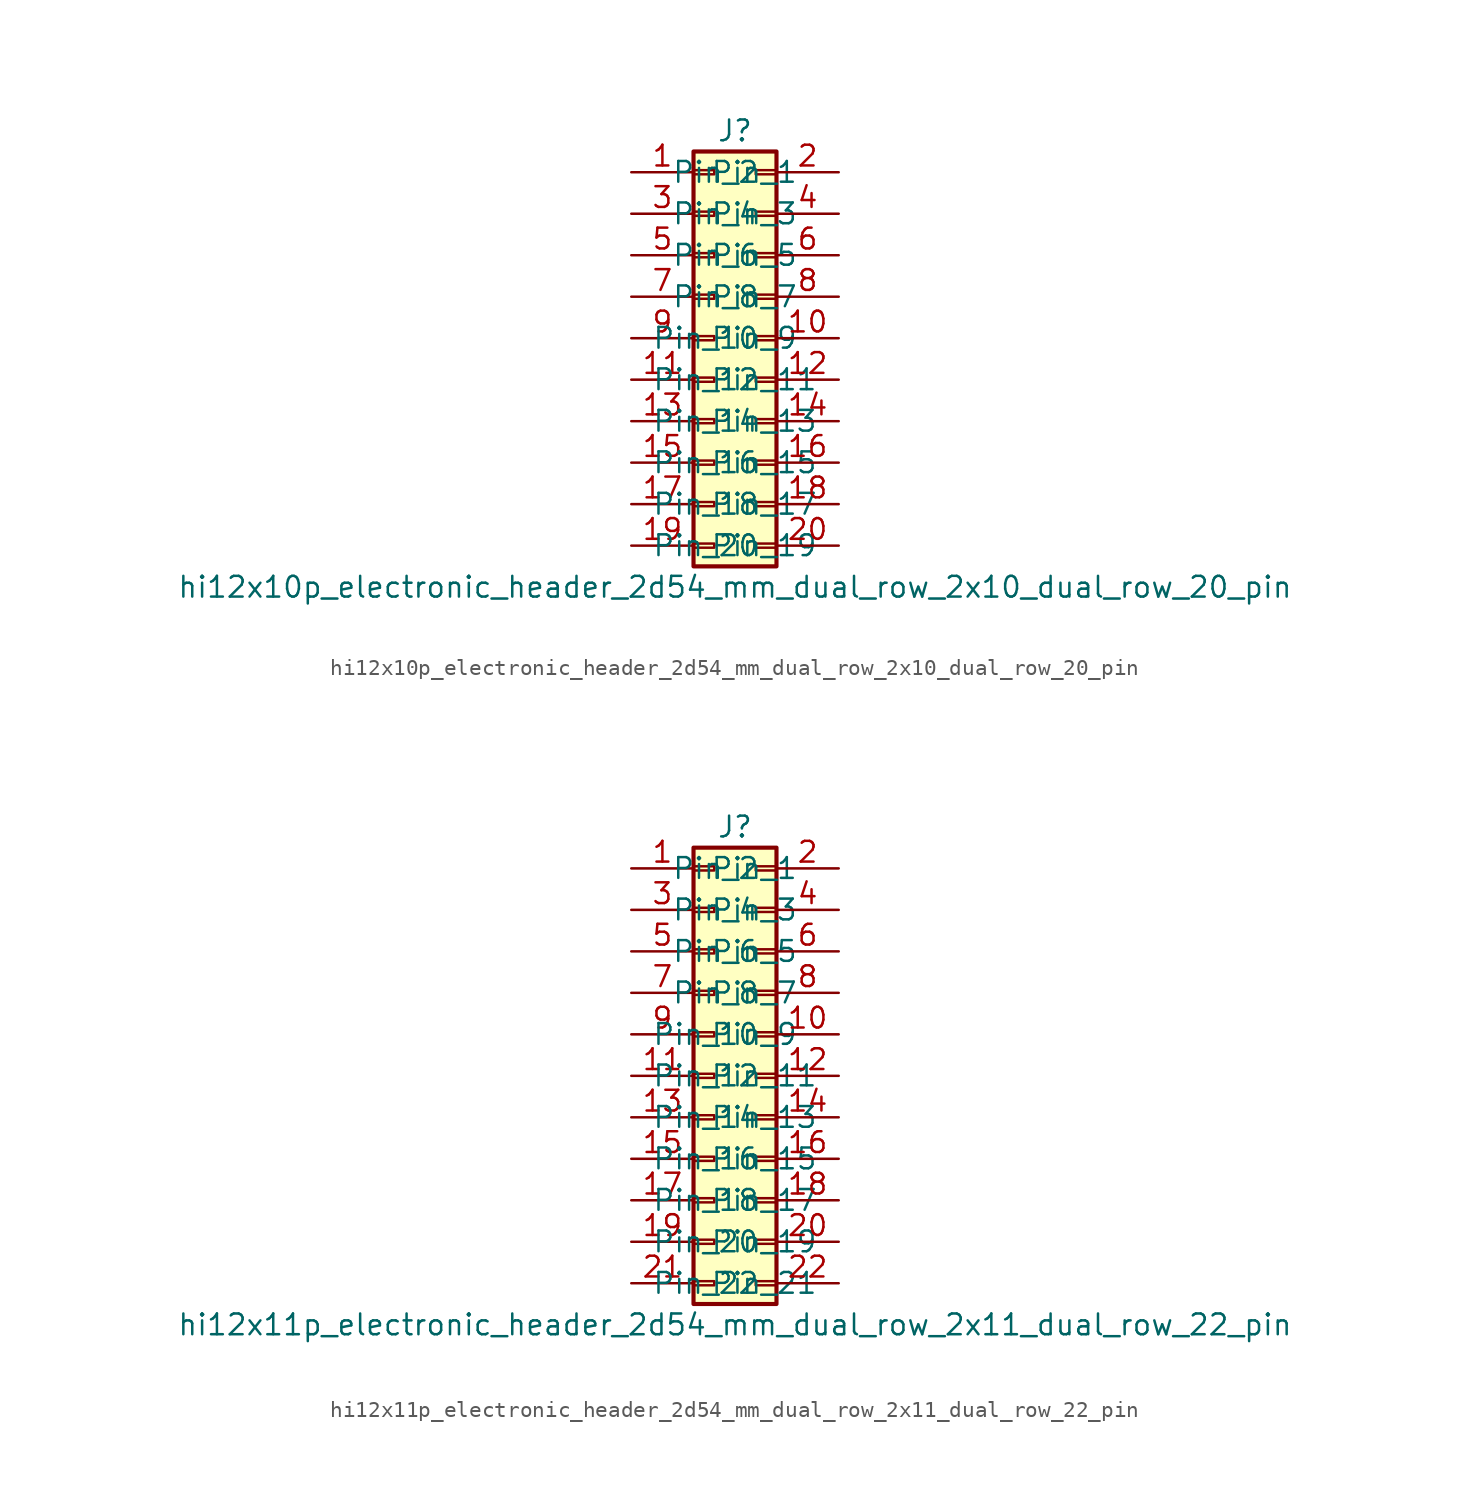
<source format=kicad_sym>
(kicad_symbol_lib
  (version 20220914)
  (generator kicad_symbol_editor)
  (symbol "hi12x10p_electronic_header_2d54_mm_dual_row_2x10_dual_row_20_pin"
    (pin_names
      (offset 1.016))
    (property "Reference" "J"
      (at 1.27 12.7 0)
      (effects (font (size 1.27 1.27))))
    (property "Value" "hi12x10p_electronic_header_2d54_mm_dual_row_2x10_dual_row_20_pin"
      (at 1.27 -15.24 0)
      (effects (font (size 1.27 1.27))))
    (symbol "hi12x10p_electronic_header_2d54_mm_dual_row_2x10_dual_row_20_pin_1_1"
      (rectangle (start -1.27 -12.573) (end 0 -12.827) (stroke (width 0.152) (type default)) (fill (type none)))
      (rectangle (start -1.27 -10.033) (end 0 -10.287) (stroke (width 0.152) (type default)) (fill (type none)))
      (rectangle (start -1.27 -7.493) (end 0 -7.747) (stroke (width 0.152) (type default)) (fill (type none)))
      (rectangle (start -1.27 -4.953) (end 0 -5.207) (stroke (width 0.152) (type default)) (fill (type none)))
      (rectangle (start -1.27 -2.413) (end 0 -2.667) (stroke (width 0.152) (type default)) (fill (type none)))
      (rectangle (start -1.27 0.127) (end 0 -0.127) (stroke (width 0.152) (type default)) (fill (type none)))
      (rectangle (start -1.27 2.667) (end 0 2.413) (stroke (width 0.152) (type default)) (fill (type none)))
      (rectangle (start -1.27 5.207) (end 0 4.953) (stroke (width 0.152) (type default)) (fill (type none)))
      (rectangle (start -1.27 7.747) (end 0 7.493) (stroke (width 0.152) (type default)) (fill (type none)))
      (rectangle (start -1.27 10.287) (end 0 10.033) (stroke (width 0.152) (type default)) (fill (type none)))
      (rectangle (start -1.27 11.43) (end 3.81 -13.97) (stroke (width 0.254) (type default)) (fill (type background)))
      (rectangle (start 3.81 -12.573) (end 2.54 -12.827) (stroke (width 0.152) (type default)) (fill (type none)))
      (rectangle (start 3.81 -10.033) (end 2.54 -10.287) (stroke (width 0.152) (type default)) (fill (type none)))
      (rectangle (start 3.81 -7.493) (end 2.54 -7.747) (stroke (width 0.152) (type default)) (fill (type none)))
      (rectangle (start 3.81 -4.953) (end 2.54 -5.207) (stroke (width 0.152) (type default)) (fill (type none)))
      (rectangle (start 3.81 -2.413) (end 2.54 -2.667) (stroke (width 0.152) (type default)) (fill (type none)))
      (rectangle (start 3.81 0.127) (end 2.54 -0.127) (stroke (width 0.152) (type default)) (fill (type none)))
      (rectangle (start 3.81 2.667) (end 2.54 2.413) (stroke (width 0.152) (type default)) (fill (type none)))
      (rectangle (start 3.81 5.207) (end 2.54 4.953) (stroke (width 0.152) (type default)) (fill (type none)))
      (rectangle (start 3.81 7.747) (end 2.54 7.493) (stroke (width 0.152) (type default)) (fill (type none)))
      (rectangle (start 3.81 10.287) (end 2.54 10.033) (stroke (width 0.152) (type default)) (fill (type none)))
      (pin passive line (at -5.08 10.16 0) (length 3.81) (name "Pin_1" (effects (font (size 1.27 1.27)))) (number "1" (effects (font (size 1.27 1.27)))))
      (pin passive line (at 7.62 0 180) (length 3.81) (name "Pin_10" (effects (font (size 1.27 1.27)))) (number "10" (effects (font (size 1.27 1.27)))))
      (pin passive line (at -5.08 -2.54 0) (length 3.81) (name "Pin_11" (effects (font (size 1.27 1.27)))) (number "11" (effects (font (size 1.27 1.27)))))
      (pin passive line (at 7.62 -2.54 180) (length 3.81) (name "Pin_12" (effects (font (size 1.27 1.27)))) (number "12" (effects (font (size 1.27 1.27)))))
      (pin passive line (at -5.08 -5.08 0) (length 3.81) (name "Pin_13" (effects (font (size 1.27 1.27)))) (number "13" (effects (font (size 1.27 1.27)))))
      (pin passive line (at 7.62 -5.08 180) (length 3.81) (name "Pin_14" (effects (font (size 1.27 1.27)))) (number "14" (effects (font (size 1.27 1.27)))))
      (pin passive line (at -5.08 -7.62 0) (length 3.81) (name "Pin_15" (effects (font (size 1.27 1.27)))) (number "15" (effects (font (size 1.27 1.27)))))
      (pin passive line (at 7.62 -7.62 180) (length 3.81) (name "Pin_16" (effects (font (size 1.27 1.27)))) (number "16" (effects (font (size 1.27 1.27)))))
      (pin passive line (at -5.08 -10.16 0) (length 3.81) (name "Pin_17" (effects (font (size 1.27 1.27)))) (number "17" (effects (font (size 1.27 1.27)))))
      (pin passive line (at 7.62 -10.16 180) (length 3.81) (name "Pin_18" (effects (font (size 1.27 1.27)))) (number "18" (effects (font (size 1.27 1.27)))))
      (pin passive line (at -5.08 -12.7 0) (length 3.81) (name "Pin_19" (effects (font (size 1.27 1.27)))) (number "19" (effects (font (size 1.27 1.27)))))
      (pin passive line (at 7.62 10.16 180) (length 3.81) (name "Pin_2" (effects (font (size 1.27 1.27)))) (number "2" (effects (font (size 1.27 1.27)))))
      (pin passive line (at 7.62 -12.7 180) (length 3.81) (name "Pin_20" (effects (font (size 1.27 1.27)))) (number "20" (effects (font (size 1.27 1.27)))))
      (pin passive line (at -5.08 7.62 0) (length 3.81) (name "Pin_3" (effects (font (size 1.27 1.27)))) (number "3" (effects (font (size 1.27 1.27)))))
      (pin passive line (at 7.62 7.62 180) (length 3.81) (name "Pin_4" (effects (font (size 1.27 1.27)))) (number "4" (effects (font (size 1.27 1.27)))))
      (pin passive line (at -5.08 5.08 0) (length 3.81) (name "Pin_5" (effects (font (size 1.27 1.27)))) (number "5" (effects (font (size 1.27 1.27)))))
      (pin passive line (at 7.62 5.08 180) (length 3.81) (name "Pin_6" (effects (font (size 1.27 1.27)))) (number "6" (effects (font (size 1.27 1.27)))))
      (pin passive line (at -5.08 2.54 0) (length 3.81) (name "Pin_7" (effects (font (size 1.27 1.27)))) (number "7" (effects (font (size 1.27 1.27)))))
      (pin passive line (at 7.62 2.54 180) (length 3.81) (name "Pin_8" (effects (font (size 1.27 1.27)))) (number "8" (effects (font (size 1.27 1.27)))))
      (pin passive line (at -5.08 0 0) (length 3.81) (name "Pin_9" (effects (font (size 1.27 1.27)))) (number "9" (effects (font (size 1.27 1.27)))))))
  (symbol "hi12x11p_electronic_header_2d54_mm_dual_row_2x11_dual_row_22_pin"
    (pin_names
      (offset 1.016))
    (property "Reference" "J"
      (at 1.27 15.24 0)
      (effects (font (size 1.27 1.27))))
    (property "Value" "hi12x11p_electronic_header_2d54_mm_dual_row_2x11_dual_row_22_pin"
      (at 1.27 -15.24 0)
      (effects (font (size 1.27 1.27))))
    (symbol "hi12x11p_electronic_header_2d54_mm_dual_row_2x11_dual_row_22_pin_1_1"
      (rectangle (start -1.27 -12.573) (end 0 -12.827) (stroke (width 0.152) (type default)) (fill (type none)))
      (rectangle (start -1.27 -10.033) (end 0 -10.287) (stroke (width 0.152) (type default)) (fill (type none)))
      (rectangle (start -1.27 -7.493) (end 0 -7.747) (stroke (width 0.152) (type default)) (fill (type none)))
      (rectangle (start -1.27 -4.953) (end 0 -5.207) (stroke (width 0.152) (type default)) (fill (type none)))
      (rectangle (start -1.27 -2.413) (end 0 -2.667) (stroke (width 0.152) (type default)) (fill (type none)))
      (rectangle (start -1.27 0.127) (end 0 -0.127) (stroke (width 0.152) (type default)) (fill (type none)))
      (rectangle (start -1.27 2.667) (end 0 2.413) (stroke (width 0.152) (type default)) (fill (type none)))
      (rectangle (start -1.27 5.207) (end 0 4.953) (stroke (width 0.152) (type default)) (fill (type none)))
      (rectangle (start -1.27 7.747) (end 0 7.493) (stroke (width 0.152) (type default)) (fill (type none)))
      (rectangle (start -1.27 10.287) (end 0 10.033) (stroke (width 0.152) (type default)) (fill (type none)))
      (rectangle (start -1.27 12.827) (end 0 12.573) (stroke (width 0.152) (type default)) (fill (type none)))
      (rectangle (start -1.27 13.97) (end 3.81 -13.97) (stroke (width 0.254) (type default)) (fill (type background)))
      (rectangle (start 3.81 -12.573) (end 2.54 -12.827) (stroke (width 0.152) (type default)) (fill (type none)))
      (rectangle (start 3.81 -10.033) (end 2.54 -10.287) (stroke (width 0.152) (type default)) (fill (type none)))
      (rectangle (start 3.81 -7.493) (end 2.54 -7.747) (stroke (width 0.152) (type default)) (fill (type none)))
      (rectangle (start 3.81 -4.953) (end 2.54 -5.207) (stroke (width 0.152) (type default)) (fill (type none)))
      (rectangle (start 3.81 -2.413) (end 2.54 -2.667) (stroke (width 0.152) (type default)) (fill (type none)))
      (rectangle (start 3.81 0.127) (end 2.54 -0.127) (stroke (width 0.152) (type default)) (fill (type none)))
      (rectangle (start 3.81 2.667) (end 2.54 2.413) (stroke (width 0.152) (type default)) (fill (type none)))
      (rectangle (start 3.81 5.207) (end 2.54 4.953) (stroke (width 0.152) (type default)) (fill (type none)))
      (rectangle (start 3.81 7.747) (end 2.54 7.493) (stroke (width 0.152) (type default)) (fill (type none)))
      (rectangle (start 3.81 10.287) (end 2.54 10.033) (stroke (width 0.152) (type default)) (fill (type none)))
      (rectangle (start 3.81 12.827) (end 2.54 12.573) (stroke (width 0.152) (type default)) (fill (type none)))
      (pin passive line (at -5.08 12.7 0) (length 3.81) (name "Pin_1" (effects (font (size 1.27 1.27)))) (number "1" (effects (font (size 1.27 1.27)))))
      (pin passive line (at 7.62 2.54 180) (length 3.81) (name "Pin_10" (effects (font (size 1.27 1.27)))) (number "10" (effects (font (size 1.27 1.27)))))
      (pin passive line (at -5.08 0 0) (length 3.81) (name "Pin_11" (effects (font (size 1.27 1.27)))) (number "11" (effects (font (size 1.27 1.27)))))
      (pin passive line (at 7.62 0 180) (length 3.81) (name "Pin_12" (effects (font (size 1.27 1.27)))) (number "12" (effects (font (size 1.27 1.27)))))
      (pin passive line (at -5.08 -2.54 0) (length 3.81) (name "Pin_13" (effects (font (size 1.27 1.27)))) (number "13" (effects (font (size 1.27 1.27)))))
      (pin passive line (at 7.62 -2.54 180) (length 3.81) (name "Pin_14" (effects (font (size 1.27 1.27)))) (number "14" (effects (font (size 1.27 1.27)))))
      (pin passive line (at -5.08 -5.08 0) (length 3.81) (name "Pin_15" (effects (font (size 1.27 1.27)))) (number "15" (effects (font (size 1.27 1.27)))))
      (pin passive line (at 7.62 -5.08 180) (length 3.81) (name "Pin_16" (effects (font (size 1.27 1.27)))) (number "16" (effects (font (size 1.27 1.27)))))
      (pin passive line (at -5.08 -7.62 0) (length 3.81) (name "Pin_17" (effects (font (size 1.27 1.27)))) (number "17" (effects (font (size 1.27 1.27)))))
      (pin passive line (at 7.62 -7.62 180) (length 3.81) (name "Pin_18" (effects (font (size 1.27 1.27)))) (number "18" (effects (font (size 1.27 1.27)))))
      (pin passive line (at -5.08 -10.16 0) (length 3.81) (name "Pin_19" (effects (font (size 1.27 1.27)))) (number "19" (effects (font (size 1.27 1.27)))))
      (pin passive line (at 7.62 12.7 180) (length 3.81) (name "Pin_2" (effects (font (size 1.27 1.27)))) (number "2" (effects (font (size 1.27 1.27)))))
      (pin passive line (at 7.62 -10.16 180) (length 3.81) (name "Pin_20" (effects (font (size 1.27 1.27)))) (number "20" (effects (font (size 1.27 1.27)))))
      (pin passive line (at -5.08 -12.7 0) (length 3.81) (name "Pin_21" (effects (font (size 1.27 1.27)))) (number "21" (effects (font (size 1.27 1.27)))))
      (pin passive line (at 7.62 -12.7 180) (length 3.81) (name "Pin_22" (effects (font (size 1.27 1.27)))) (number "22" (effects (font (size 1.27 1.27)))))
      (pin passive line (at -5.08 10.16 0) (length 3.81) (name "Pin_3" (effects (font (size 1.27 1.27)))) (number "3" (effects (font (size 1.27 1.27)))))
      (pin passive line (at 7.62 10.16 180) (length 3.81) (name "Pin_4" (effects (font (size 1.27 1.27)))) (number "4" (effects (font (size 1.27 1.27)))))
      (pin passive line (at -5.08 7.62 0) (length 3.81) (name "Pin_5" (effects (font (size 1.27 1.27)))) (number "5" (effects (font (size 1.27 1.27)))))
      (pin passive line (at 7.62 7.62 180) (length 3.81) (name "Pin_6" (effects (font (size 1.27 1.27)))) (number "6" (effects (font (size 1.27 1.27)))))
      (pin passive line (at -5.08 5.08 0) (length 3.81) (name "Pin_7" (effects (font (size 1.27 1.27)))) (number "7" (effects (font (size 1.27 1.27)))))
      (pin passive line (at 7.62 5.08 180) (length 3.81) (name "Pin_8" (effects (font (size 1.27 1.27)))) (number "8" (effects (font (size 1.27 1.27)))))
      (pin passive line (at -5.08 2.54 0) (length 3.81) (name "Pin_9" (effects (font (size 1.27 1.27)))) (number "9" (effects (font (size 1.27 1.27))))))))
</source>
